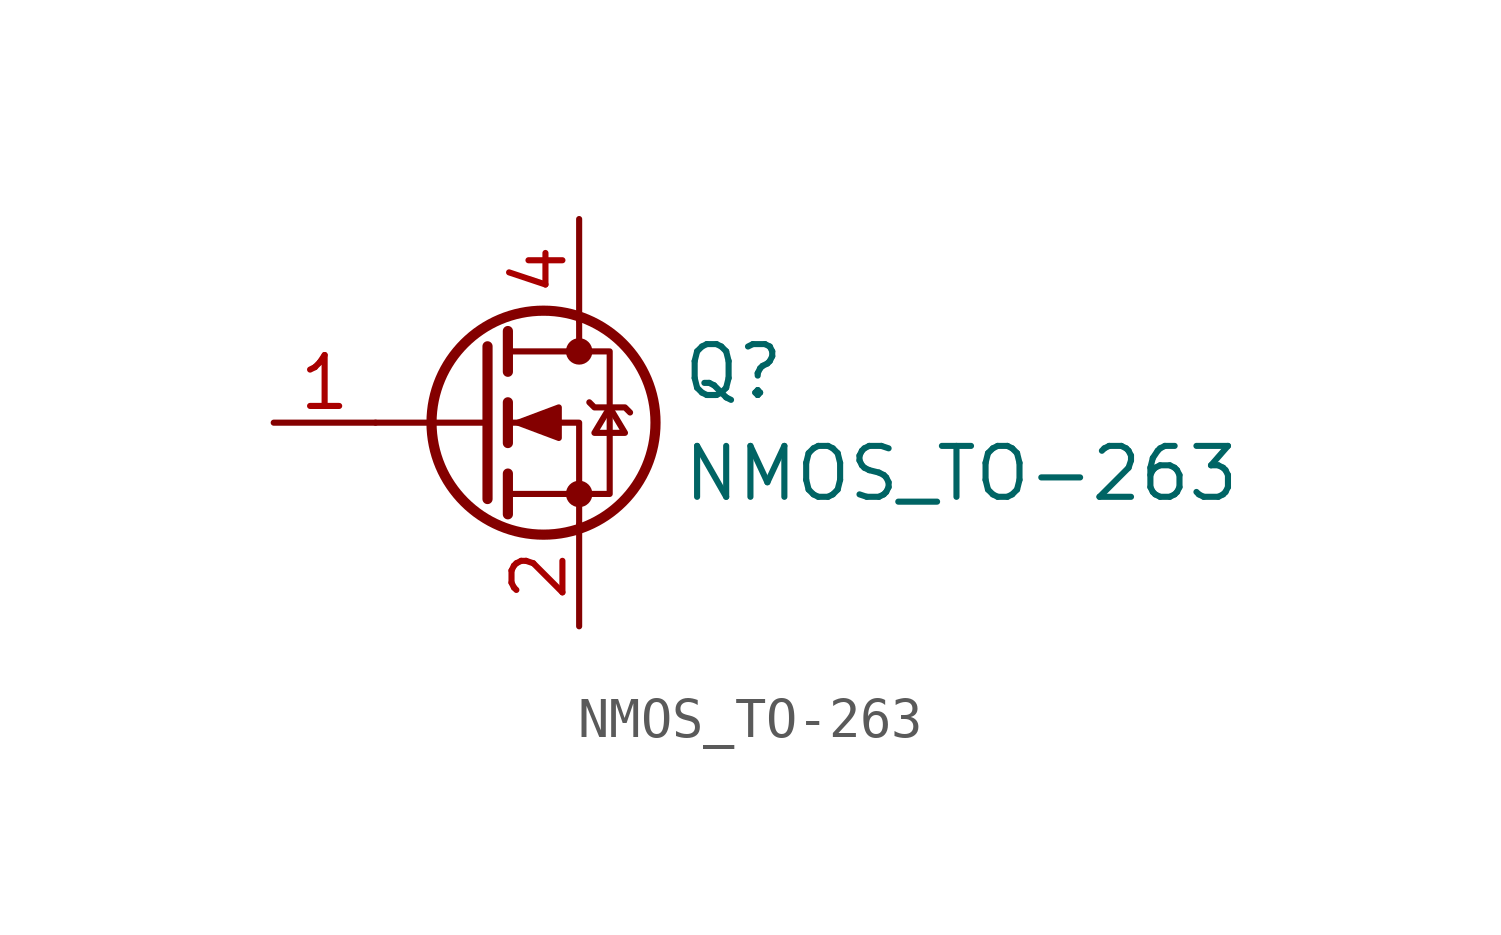
<source format=kicad_sym>
(kicad_symbol_lib
  (version 20211014)
  (generator kicad_symbol_editor)
  (symbol "NMOS_TO-263"
    (pin_names
      (offset 0) hide)
    (property "Reference" "Q"
      (at 5.08 1.27 0)
      (effects (font (size 1.27 1.27)) (justify left)))
    (property "Value" "NMOS_TO-263"
      (at 5.08 -1.27 0)
      (effects (font (size 1.27 1.27)) (justify left)))
    (symbol "NMOS_TO-263_0_1"
      (polyline (pts (xy 0.254 0) (xy -2.54 0)) (stroke (width 0) (type default) (color 0 0 0 0)) (fill (type none)))
      (polyline (pts (xy 0.254 1.905) (xy 0.254 -1.905)) (stroke (width 0.254) (type default) (color 0 0 0 0)) (fill (type none)))
      (polyline (pts (xy 0.762 -1.27) (xy 0.762 -2.286)) (stroke (width 0.254) (type default) (color 0 0 0 0)) (fill (type none)))
      (polyline (pts (xy 0.762 0.508) (xy 0.762 -0.508)) (stroke (width 0.254) (type default) (color 0 0 0 0)) (fill (type none)))
      (polyline (pts (xy 0.762 2.286) (xy 0.762 1.27)) (stroke (width 0.254) (type default) (color 0 0 0 0)) (fill (type none)))
      (polyline (pts (xy 2.54 2.54) (xy 2.54 1.778)) (stroke (width 0) (type default) (color 0 0 0 0)) (fill (type none)))
      (polyline (pts (xy 2.54 -2.54) (xy 2.54 0) (xy 0.762 0)) (stroke (width 0) (type default) (color 0 0 0 0)) (fill (type none)))
      (polyline (pts (xy 0.762 -1.778) (xy 3.302 -1.778) (xy 3.302 1.778) (xy 0.762 1.778)) (stroke (width 0) (type default) (color 0 0 0 0)) (fill (type none)))
      (polyline (pts (xy 1.016 0) (xy 2.032 0.381) (xy 2.032 -0.381) (xy 1.016 0)) (stroke (width 0) (type default) (color 0 0 0 0)) (fill (type outline)))
      (polyline (pts (xy 2.794 0.508) (xy 2.921 0.381) (xy 3.683 0.381) (xy 3.81 0.254)) (stroke (width 0) (type default) (color 0 0 0 0)) (fill (type none)))
      (polyline (pts (xy 3.302 0.381) (xy 2.921 -0.254) (xy 3.683 -0.254) (xy 3.302 0.381)) (stroke (width 0) (type default) (color 0 0 0 0)) (fill (type none)))
      (circle (center 1.651 0) (radius 2.794) (stroke (width 0.254) (type default) (color 0 0 0 0)) (fill (type none)))
      (circle (center 2.54 -1.778) (radius 0.254) (stroke (width 0) (type default) (color 0 0 0 0)) (fill (type outline)))
      (circle (center 2.54 1.778) (radius 0.254) (stroke (width 0) (type default) (color 0 0 0 0)) (fill (type outline))))
    (symbol "NMOS_TO-263_1_1"
      (pin input line (at -5.08 0 0) (length 2.54) (name "G" (effects (font (size 1.27 1.27)))) (number "1" (effects (font (size 1.27 1.27)))))
      (pin passive line (at 2.54 -5.08 90) (length 2.54) (name "S" (effects (font (size 1.27 1.27)))) (number "2" (effects (font (size 1.27 1.27)))))
      (pin passive line (at 2.54 -5.08 90) (length 2.54) hide (name "S" (effects (font (size 1.27 1.27)))) (number "3" (effects (font (size 1.27 1.27)))))
      (pin passive line (at 2.54 5.08 270) (length 2.54) (name "D" (effects (font (size 1.27 1.27)))) (number "4" (effects (font (size 1.27 1.27)))))
      (pin passive line (at 2.54 -5.08 90) (length 2.54) hide (name "S" (effects (font (size 1.27 1.27)))) (number "5" (effects (font (size 1.27 1.27)))))
      (pin passive line (at 2.54 -5.08 90) (length 2.54) hide (name "S" (effects (font (size 1.27 1.27)))) (number "6" (effects (font (size 1.27 1.27)))))
      (pin passive line (at 2.54 -5.08 90) (length 2.54) hide (name "S" (effects (font (size 1.27 1.27)))) (number "7" (effects (font (size 1.27 1.27))))))))
</source>
